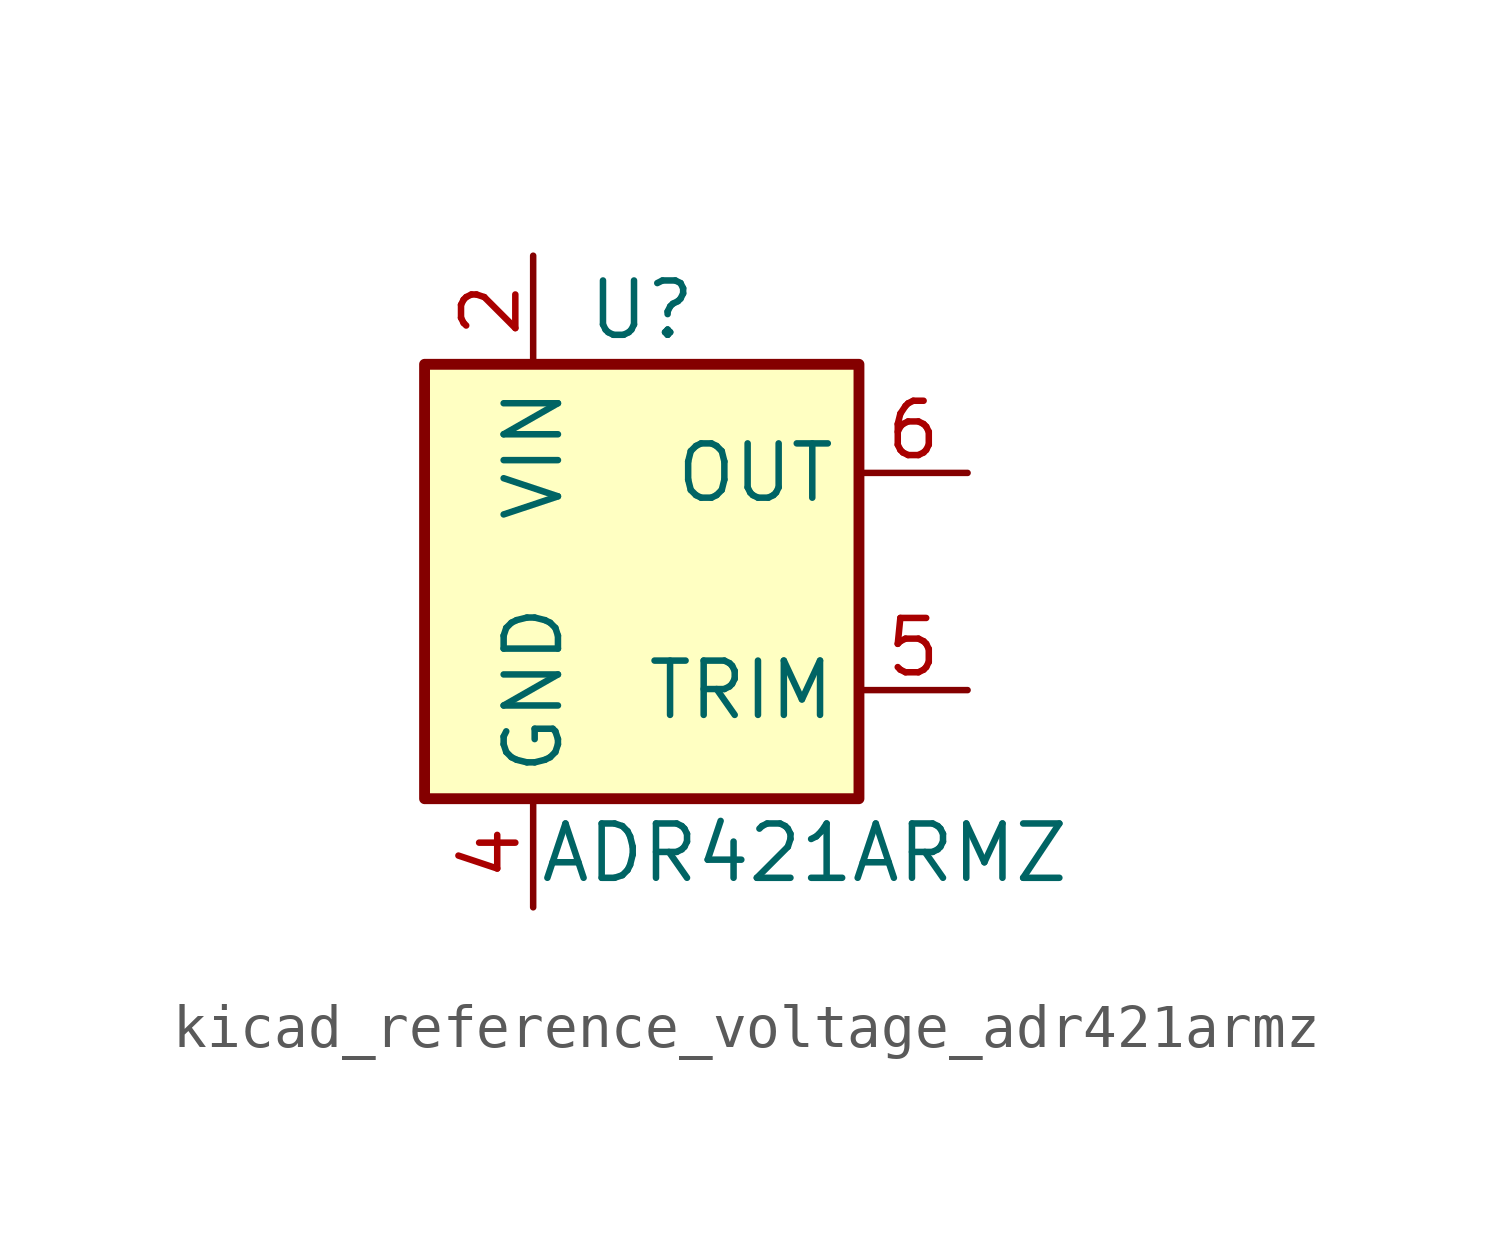
<source format=kicad_sym>
(kicad_symbol_lib
  (version 20220914)
  (generator kicad_symbol_editor)
  (symbol "kicad_reference_voltage_adr421armz"
    (property "Reference" "U"
      (at 0 6.35 0)
      (effects (font (size 1.27 1.27))))
    (property "Value" "ADR421ARMZ"
      (at 3.81 -6.35 0)
      (effects (font (size 1.27 1.27))))
    (symbol "kicad_reference_voltage_adr421armz_0_1"
      (rectangle (start 5.08 -5.08) (end -5.08 5.08) (stroke (width 0.254) (type default)) (fill (type background)))
      (pin no_connect line (at -5.08 0 0) (length 2.54) hide (name "TP" (effects (font (size 1.27 1.27)))) (number "1" (effects (font (size 1.27 1.27)))))
      (pin power_in line (at -2.54 7.62 270) (length 2.54) (name "VIN" (effects (font (size 1.27 1.27)))) (number "2" (effects (font (size 1.27 1.27)))))
      (pin no_connect line (at 5.08 0 180) (length 2.54) hide (name "NC" (effects (font (size 1.27 1.27)))) (number "3" (effects (font (size 1.27 1.27)))))
      (pin power_in line (at -2.54 -7.62 90) (length 2.54) (name "GND" (effects (font (size 1.27 1.27)))) (number "4" (effects (font (size 1.27 1.27)))))
      (pin passive line (at 7.62 -2.54 180) (length 2.54) (name "TRIM" (effects (font (size 1.27 1.27)))) (number "5" (effects (font (size 1.27 1.27)))))
      (pin output line (at 7.62 2.54 180) (length 2.54) (name "OUT" (effects (font (size 1.27 1.27)))) (number "6" (effects (font (size 1.27 1.27)))))
      (pin no_connect line (at -5.08 2.54 0) (length 2.54) hide (name "NC" (effects (font (size 1.27 1.27)))) (number "7" (effects (font (size 1.27 1.27)))))
      (pin no_connect line (at -5.08 -2.54 0) (length 2.54) hide (name "TP" (effects (font (size 1.27 1.27)))) (number "8" (effects (font (size 1.27 1.27))))))))
</source>
